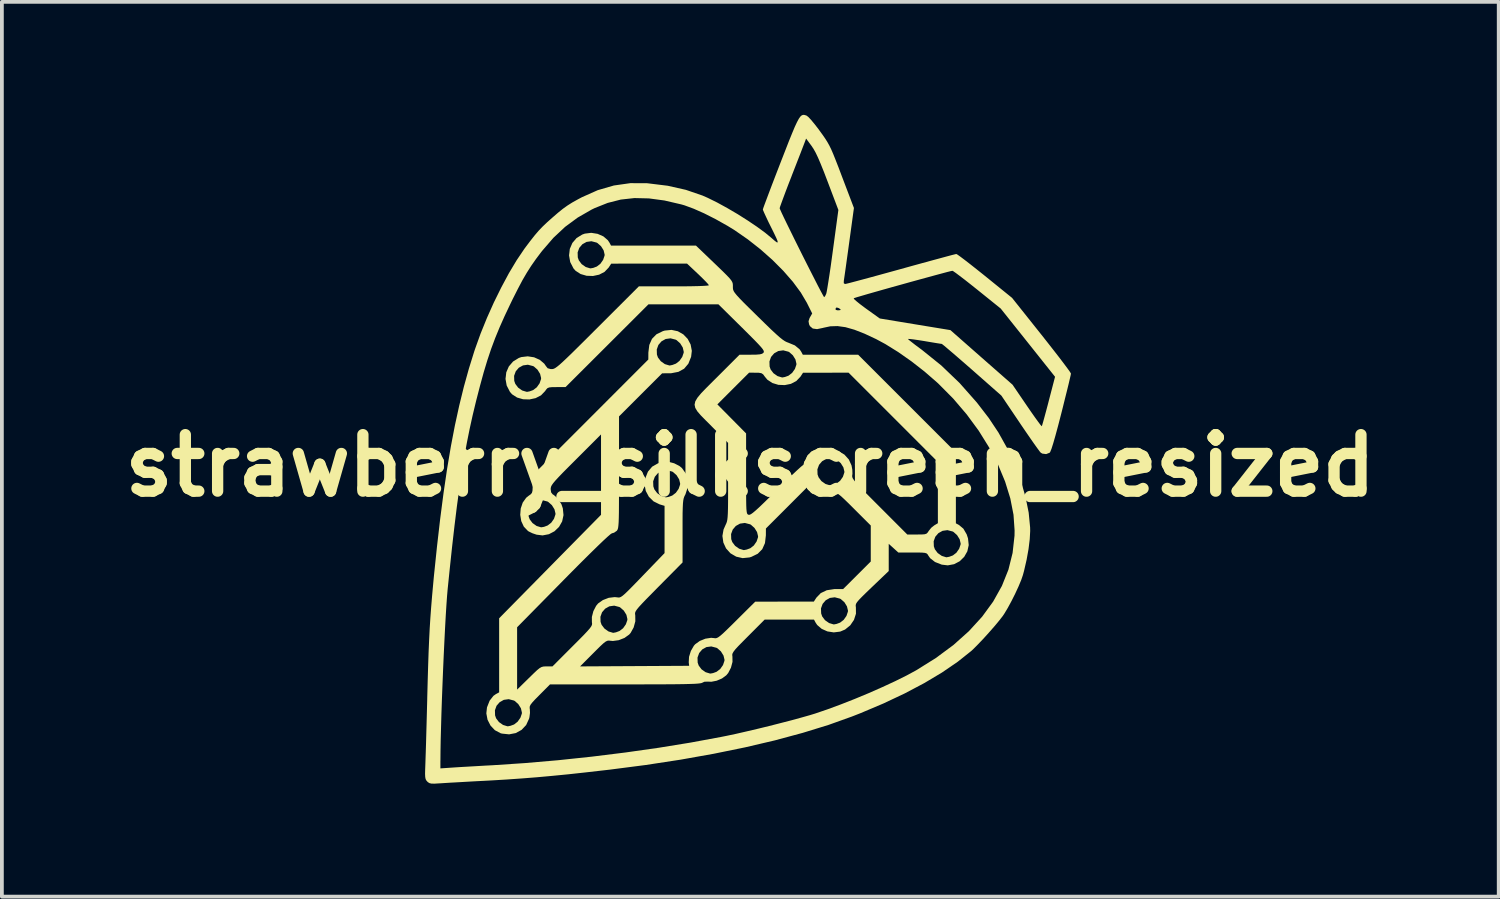
<source format=kicad_pcb>
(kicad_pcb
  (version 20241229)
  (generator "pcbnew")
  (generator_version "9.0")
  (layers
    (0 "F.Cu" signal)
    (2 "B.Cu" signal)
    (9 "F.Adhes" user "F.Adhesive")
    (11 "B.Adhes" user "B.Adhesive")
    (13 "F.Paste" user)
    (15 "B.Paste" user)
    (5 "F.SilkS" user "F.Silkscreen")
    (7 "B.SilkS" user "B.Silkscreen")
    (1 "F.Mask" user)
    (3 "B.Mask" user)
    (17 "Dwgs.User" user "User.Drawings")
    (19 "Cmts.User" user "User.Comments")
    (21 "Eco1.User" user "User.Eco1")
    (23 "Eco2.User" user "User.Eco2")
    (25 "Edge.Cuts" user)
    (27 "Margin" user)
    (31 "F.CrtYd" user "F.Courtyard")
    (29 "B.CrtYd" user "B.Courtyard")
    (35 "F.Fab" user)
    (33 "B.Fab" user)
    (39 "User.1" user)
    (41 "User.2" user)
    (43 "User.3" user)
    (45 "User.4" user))
  (footprint "strawberry_silkscreen_resized"
    (layer "F.Cu")
    (at 16.871 9.312)
    (property "Reference" "strawberry_silkscreen_resized" (at 0 0 0) (layer "F.SilkS") (effects (font (size 1.5 1.5) (thickness 0.3))))
    (attr board_only exclude_from_pos_files exclude_from_bom)
    (fp_poly (pts (xy 1.44 -9.31) (xy 1.482 -9.297) (xy 1.495 -9.292) (xy 1.542 -9.256) (xy 1.616 -9.177) (xy 1.708 -9.066) (xy 1.812 -8.932) (xy 1.844 -8.887) (xy 1.925 -8.776) (xy 1.991 -8.68) (xy 2.047 -8.591) (xy 2.098 -8.5) (xy 2.149 -8.396) (xy 2.203 -8.271) (xy 2.266 -8.114) (xy 2.343 -7.917) (xy 2.434 -7.676) (xy 2.752 -6.84) (xy 2.626 -5.919) (xy 2.593 -5.679) (xy 2.562 -5.457) (xy 2.535 -5.261) (xy 2.512 -5.1) (xy 2.495 -4.982) (xy 2.485 -4.916) (xy 2.484 -4.91) (xy 2.482 -4.844) (xy 2.512 -4.822) (xy 2.52 -4.822) (xy 2.56 -4.83) (xy 2.655 -4.854) (xy 2.799 -4.892) (xy 2.986 -4.942) (xy 3.208 -5.002) (xy 3.46 -5.071) (xy 3.736 -5.147) (xy 4.001 -5.22) (xy 4.292 -5.301) (xy 4.565 -5.376) (xy 4.814 -5.444) (xy 5.032 -5.503) (xy 5.212 -5.552) (xy 5.35 -5.589) (xy 5.439 -5.611) (xy 5.471 -5.618) (xy 5.505 -5.599) (xy 5.582 -5.544) (xy 5.695 -5.459) (xy 5.837 -5.349) (xy 6.003 -5.218) (xy 6.185 -5.073) (xy 6.231 -5.036) (xy 6.951 -4.453) (xy 7.733 -3.471) (xy 7.905 -3.253) (xy 8.064 -3.05) (xy 8.206 -2.867) (xy 8.326 -2.709) (xy 8.42 -2.583) (xy 8.484 -2.494) (xy 8.513 -2.447) (xy 8.514 -2.442) (xy 8.507 -2.401) (xy 8.485 -2.306) (xy 8.452 -2.165) (xy 8.408 -1.985) (xy 8.355 -1.774) (xy 8.297 -1.539) (xy 8.259 -1.389) (xy 8.175 -1.064) (xy 8.103 -0.798) (xy 8.044 -0.592) (xy 7.998 -0.447) (xy 7.964 -0.363) (xy 7.95 -0.342) (xy 7.856 -0.305) (xy 7.755 -0.318) (xy 7.713 -0.342) (xy 7.682 -0.378) (xy 7.622 -0.46) (xy 7.536 -0.58) (xy 7.43 -0.732) (xy 7.309 -0.908) (xy 7.178 -1.1) (xy 7.165 -1.12) (xy 6.667 -1.858) (xy 5.887 -2.545) (xy 5.698 -2.71) (xy 5.524 -2.861) (xy 5.371 -2.993) (xy 5.245 -3.1) (xy 5.152 -3.179) (xy 5.096 -3.223) (xy 5.084 -3.231) (xy 5.046 -3.236) (xy 4.957 -3.25) (xy 4.829 -3.271) (xy 4.675 -3.297) (xy 4.623 -3.306) (xy 4.466 -3.331) (xy 4.334 -3.35) (xy 4.239 -3.361) (xy 4.191 -3.363) (xy 4.187 -3.361) (xy 4.212 -3.336) (xy 4.28 -3.282) (xy 4.38 -3.204) (xy 4.505 -3.111) (xy 4.558 -3.072) (xy 5.072 -2.658) (xy 5.557 -2.193) (xy 6.016 -1.674) (xy 6.331 -1.265) (xy 6.588 -0.879) (xy 6.818 -0.467) (xy 7.018 -0.037) (xy 7.182 0.399) (xy 7.308 0.831) (xy 7.392 1.249) (xy 7.43 1.641) (xy 7.432 1.735) (xy 7.42 1.955) (xy 7.388 2.216) (xy 7.337 2.5) (xy 7.27 2.791) (xy 7.239 2.906) (xy 7.193 3.04) (xy 7.121 3.212) (xy 7.033 3.403) (xy 6.935 3.598) (xy 6.837 3.779) (xy 6.747 3.929) (xy 6.703 3.995) (xy 6.607 4.118) (xy 6.482 4.268) (xy 6.339 4.431) (xy 6.191 4.595) (xy 6.049 4.744) (xy 5.927 4.867) (xy 5.863 4.926) (xy 5.506 5.21) (xy 5.091 5.494) (xy 4.62 5.775) (xy 4.1 6.05) (xy 3.534 6.317) (xy 2.926 6.574) (xy 2.699 6.663) (xy 2.076 6.886) (xy 1.394 7.096) (xy 0.657 7.295) (xy -0.132 7.48) (xy -0.968 7.651) (xy -1.849 7.808) (xy -2.771 7.949) (xy -3.729 8.073) (xy -3.851 8.087) (xy -4.368 8.146) (xy -4.835 8.197) (xy -5.265 8.239) (xy -5.672 8.276) (xy -6.068 8.307) (xy -6.466 8.335) (xy -6.88 8.36) (xy -7.05 8.369) (xy -7.304 8.382) (xy -7.55 8.396) (xy -7.777 8.409) (xy -7.976 8.42) (xy -8.134 8.43) (xy -8.241 8.437) (xy -8.249 8.437) (xy -8.381 8.445) (xy -8.465 8.444) (xy -8.519 8.431) (xy -8.56 8.405) (xy -8.576 8.389) (xy -8.603 8.358) (xy -8.621 8.321) (xy -8.631 8.267) (xy -8.635 8.184) (xy -8.632 8.06) (xy -8.631 8.04) (xy -8.228 8.04) (xy -7.965 8.022) (xy -7.861 8.015) (xy -7.706 8.005) (xy -7.51 7.994) (xy -7.287 7.981) (xy -7.047 7.967) (xy -6.839 7.956) (xy -5.985 7.899) (xy -5.102 7.823) (xy -4.206 7.728) (xy -3.31 7.617) (xy -2.43 7.492) (xy -1.581 7.354) (xy -0.776 7.205) (xy -0.621 7.174) (xy -0.381 7.123) (xy -0.106 7.06) (xy 0.192 6.99) (xy 0.5 6.915) (xy 0.805 6.837) (xy 1.096 6.762) (xy 1.358 6.69) (xy 1.581 6.627) (xy 1.719 6.585) (xy 2.047 6.473) (xy 2.402 6.342) (xy 2.773 6.196) (xy 3.146 6.041) (xy 3.508 5.881) (xy 3.847 5.724) (xy 4.151 5.573) (xy 4.406 5.435) (xy 4.406 5.435) (xy 4.929 5.108) (xy 5.396 4.762) (xy 5.805 4.396) (xy 6.156 4.012) (xy 6.448 3.612) (xy 6.681 3.195) (xy 6.854 2.764) (xy 6.965 2.319) (xy 7.016 1.862) (xy 7.018 1.721) (xy 6.989 1.305) (xy 6.904 0.871) (xy 6.766 0.425) (xy 6.578 -0.027) (xy 6.343 -0.479) (xy 6.065 -0.926) (xy 5.745 -1.361) (xy 5.388 -1.779) (xy 4.996 -2.174) (xy 4.959 -2.208) (xy 4.63 -2.494) (xy 4.282 -2.766) (xy 3.93 -3.013) (xy 3.587 -3.226) (xy 3.342 -3.358) (xy 3.032 -3.503) (xy 2.763 -3.608) (xy 2.527 -3.675) (xy 2.316 -3.704) (xy 2.123 -3.698) (xy 1.941 -3.659) (xy 1.927 -3.655) (xy 1.773 -3.623) (xy 1.659 -3.639) (xy 1.584 -3.703) (xy 1.561 -3.751) (xy 1.547 -3.833) (xy 1.574 -3.916) (xy 1.587 -3.94) (xy 1.644 -4.039) (xy 1.579 -4.169) (xy 2.264 -4.169) (xy 2.269 -4.133) (xy 2.325 -4.122) (xy 2.384 -4.127) (xy 2.403 -4.137) (xy 2.379 -4.162) (xy 2.343 -4.184) (xy 2.29 -4.199) (xy 2.264 -4.169) (xy 1.579 -4.169) (xy 1.5 -4.327) (xy 1.432 -4.442) (xy 2.745 -4.442) (xy 2.76 -4.417) (xy 2.82 -4.363) (xy 2.914 -4.287) (xy 3.035 -4.196) (xy 3.08 -4.163) (xy 3.439 -3.906) (xy 4.377 -3.751) (xy 5.314 -3.597) (xy 6.138 -2.872) (xy 6.963 -2.148) (xy 7.344 -1.589) (xy 7.457 -1.425) (xy 7.558 -1.281) (xy 7.642 -1.165) (xy 7.703 -1.084) (xy 7.736 -1.047) (xy 7.74 -1.045) (xy 7.752 -1.079) (xy 7.777 -1.165) (xy 7.813 -1.295) (xy 7.857 -1.458) (xy 7.907 -1.646) (xy 7.923 -1.709) (xy 8.092 -2.358) (xy 7.371 -3.264) (xy 6.649 -4.17) (xy 6.027 -4.671) (xy 5.855 -4.808) (xy 5.699 -4.931) (xy 5.564 -5.034) (xy 5.46 -5.112) (xy 5.391 -5.16) (xy 5.368 -5.172) (xy 5.327 -5.164) (xy 5.234 -5.141) (xy 5.096 -5.104) (xy 4.921 -5.057) (xy 4.716 -5.001) (xy 4.489 -4.939) (xy 4.249 -4.873) (xy 4.002 -4.804) (xy 3.757 -4.736) (xy 3.522 -4.67) (xy 3.304 -4.608) (xy 3.111 -4.553) (xy 2.951 -4.506) (xy 2.832 -4.471) (xy 2.761 -4.448) (xy 2.745 -4.442) (xy 1.432 -4.442) (xy 1.341 -4.596) (xy 1.131 -4.88) (xy 0.877 -5.171) (xy 0.588 -5.461) (xy 0.271 -5.742) (xy -0.066 -6.007) (xy -0.415 -6.249) (xy -0.605 -6.366) (xy -0.92 -6.543) (xy -1.222 -6.696) (xy -1.502 -6.82) (xy -1.749 -6.911) (xy -1.833 -6.935) (xy -2.28 -7.039) (xy -2.691 -7.094) (xy -3.075 -7.103) (xy -3.438 -7.063) (xy -3.787 -6.974) (xy -4.131 -6.837) (xy -4.213 -6.797) (xy -4.582 -6.585) (xy -4.916 -6.339) (xy -5.226 -6.049) (xy -5.523 -5.705) (xy -5.553 -5.667) (xy -5.693 -5.481) (xy -5.818 -5.302) (xy -5.934 -5.12) (xy -6.05 -4.921) (xy -6.171 -4.692) (xy -6.307 -4.423) (xy -6.368 -4.297) (xy -6.522 -3.972) (xy -6.656 -3.671) (xy -6.774 -3.384) (xy -6.881 -3.097) (xy -6.981 -2.797) (xy -7.079 -2.473) (xy -7.178 -2.111) (xy -7.284 -1.7) (xy -7.287 -1.687) (xy -7.372 -1.333) (xy -7.451 -0.975) (xy -7.525 -0.607) (xy -7.595 -0.222) (xy -7.663 0.186) (xy -7.727 0.622) (xy -7.791 1.092) (xy -7.854 1.604) (xy -7.918 2.162) (xy -7.983 2.773) (xy -8.035 3.28) (xy -8.051 3.464) (xy -8.068 3.704) (xy -8.086 3.99) (xy -8.104 4.315) (xy -8.122 4.67) (xy -8.14 5.047) (xy -8.157 5.437) (xy -8.173 5.832) (xy -8.188 6.223) (xy -8.201 6.602) (xy -8.211 6.961) (xy -8.22 7.292) (xy -8.225 7.585) (xy -8.227 7.833) (xy -8.228 7.84) (xy -8.228 8.04) (xy -8.631 8.04) (xy -8.626 7.901) (xy -8.622 7.774) (xy -8.616 7.594) (xy -8.609 7.37) (xy -8.602 7.111) (xy -8.594 6.827) (xy -8.586 6.528) (xy -8.578 6.224) (xy -8.577 6.159) (xy -8.565 5.706) (xy -8.553 5.307) (xy -8.541 4.951) (xy -8.527 4.629) (xy -8.512 4.329) (xy -8.494 4.043) (xy -8.473 3.759) (xy -8.449 3.469) (xy -8.421 3.161) (xy -8.401 2.944) (xy -8.318 2.148) (xy -8.233 1.41) (xy -8.144 0.725) (xy -8.05 0.087) (xy -7.95 -0.508) (xy -7.843 -1.066) (xy -7.728 -1.593) (xy -7.605 -2.093) (xy -7.472 -2.572) (xy -7.328 -3.035) (xy -7.305 -3.103) (xy -7.161 -3.504) (xy -6.993 -3.918) (xy -6.808 -4.332) (xy -6.61 -4.733) (xy -6.407 -5.111) (xy -6.203 -5.452) (xy -6.006 -5.744) (xy -5.985 -5.774) (xy -5.843 -5.962) (xy -5.725 -6.112) (xy -5.619 -6.236) (xy -5.512 -6.348) (xy -5.393 -6.461) (xy -5.266 -6.574) (xy -5.108 -6.711) (xy -4.977 -6.817) (xy -4.857 -6.903) (xy -4.729 -6.984) (xy -4.575 -7.07) (xy -4.467 -7.127) (xy -4.049 -7.313) (xy -3.621 -7.437) (xy -3.184 -7.499) (xy -2.741 -7.497) (xy -2.721 -7.495) (xy -2.192 -7.43) (xy -1.709 -7.321) (xy -1.269 -7.17) (xy -1.13 -7.109) (xy -0.881 -6.986) (xy -0.613 -6.839) (xy -0.338 -6.678) (xy -0.071 -6.509) (xy 0.177 -6.342) (xy 0.393 -6.184) (xy 0.557 -6.049) (xy 0.644 -5.973) (xy 0.7 -5.93) (xy 0.727 -5.924) (xy 0.725 -5.959) (xy 0.693 -6.039) (xy 0.631 -6.169) (xy 0.561 -6.311) (xy 0.483 -6.467) (xy 0.418 -6.605) (xy 0.368 -6.714) (xy 0.339 -6.782) (xy 0.334 -6.8) (xy 0.344 -6.833) (xy 0.78 -6.833) (xy 0.794 -6.797) (xy 0.832 -6.712) (xy 0.892 -6.585) (xy 0.97 -6.424) (xy 1.062 -6.237) (xy 1.164 -6.029) (xy 1.273 -5.81) (xy 1.385 -5.585) (xy 1.497 -5.363) (xy 1.605 -5.15) (xy 1.705 -4.954) (xy 1.793 -4.781) (xy 1.867 -4.64) (xy 1.922 -4.538) (xy 1.954 -4.481) (xy 1.961 -4.472) (xy 1.986 -4.498) (xy 2.016 -4.56) (xy 2.028 -4.611) (xy 2.047 -4.718) (xy 2.072 -4.872) (xy 2.102 -5.065) (xy 2.135 -5.288) (xy 2.169 -5.535) (xy 2.194 -5.717) (xy 2.339 -6.787) (xy 2.052 -7.545) (xy 1.952 -7.806) (xy 1.868 -8.014) (xy 1.798 -8.178) (xy 1.737 -8.306) (xy 1.681 -8.406) (xy 1.628 -8.486) (xy 1.623 -8.493) (xy 1.482 -8.683) (xy 1.448 -8.591) (xy 1.427 -8.537) (xy 1.387 -8.433) (xy 1.331 -8.287) (xy 1.261 -8.108) (xy 1.182 -7.905) (xy 1.097 -7.687) (xy 1.097 -7.685) (xy 1.013 -7.47) (xy 0.938 -7.273) (xy 0.875 -7.104) (xy 0.825 -6.968) (xy 0.792 -6.876) (xy 0.78 -6.834) (xy 0.78 -6.833) (xy 0.344 -6.833) (xy 0.345 -6.837) (xy 0.377 -6.926) (xy 0.428 -7.062) (xy 0.494 -7.238) (xy 0.573 -7.447) (xy 0.664 -7.684) (xy 0.763 -7.94) (xy 0.804 -8.046) (xy 0.926 -8.359) (xy 1.027 -8.618) (xy 1.112 -8.827) (xy 1.181 -8.992) (xy 1.239 -9.116) (xy 1.287 -9.206) (xy 1.328 -9.265) (xy 1.366 -9.299) (xy 1.402 -9.312)) (stroke (width 0) (type solid)) (fill yes) (layer "F.SilkS"))
    (fp_poly (pts (xy -4.053 -6.153) (xy -3.901 -6.086) (xy -3.782 -5.984) (xy -3.741 -5.923) (xy -3.697 -5.841) (xy -2.57 -5.841) (xy -1.442 -5.841) (xy -1.039 -5.455) (xy -0.862 -5.285) (xy -0.725 -5.153) (xy -0.624 -5.052) (xy -0.552 -4.976) (xy -0.506 -4.919) (xy -0.479 -4.873) (xy -0.466 -4.834) (xy -0.462 -4.793) (xy -0.462 -4.747) (xy -0.461 -4.706) (xy -0.455 -4.669) (xy -0.439 -4.63) (xy -0.408 -4.582) (xy -0.358 -4.521) (xy -0.284 -4.44) (xy -0.18 -4.333) (xy -0.042 -4.196) (xy 0.136 -4.021) (xy 0.199 -3.959) (xy 0.397 -3.765) (xy 0.556 -3.611) (xy 0.682 -3.494) (xy 0.781 -3.406) (xy 0.859 -3.344) (xy 0.92 -3.303) (xy 0.972 -3.277) (xy 1.003 -3.266) (xy 1.184 -3.191) (xy 1.309 -3.088) (xy 1.351 -3.026) (xy 1.395 -2.944) (xy 2.13 -2.944) (xy 2.864 -2.944) (xy 4.161 -1.647) (xy 5.459 -0.349) (xy 5.459 0.592) (xy 5.459 1.533) (xy 5.541 1.577) (xy 5.658 1.675) (xy 5.746 1.826) (xy 5.781 1.933) (xy 5.8 2.111) (xy 5.763 2.277) (xy 5.68 2.423) (xy 5.56 2.54) (xy 5.412 2.618) (xy 5.244 2.649) (xy 5.084 2.63) (xy 4.905 2.56) (xy 4.776 2.459) (xy 4.728 2.39) (xy 4.707 2.355) (xy 4.681 2.332) (xy 4.638 2.318) (xy 4.566 2.311) (xy 4.452 2.308) (xy 4.308 2.308) (xy 3.931 2.308) (xy 3.804 2.193) (xy 3.676 2.077) (xy 3.676 2.439) (xy 3.676 2.8) (xy 3.23 3.226) (xy 3.076 3.374) (xy 2.963 3.485) (xy 2.885 3.566) (xy 2.835 3.626) (xy 2.808 3.67) (xy 2.799 3.707) (xy 2.801 3.744) (xy 2.804 3.762) (xy 2.806 3.933) (xy 2.753 4.097) (xy 2.654 4.242) (xy 2.517 4.353) (xy 2.387 4.408) (xy 2.217 4.429) (xy 2.048 4.403) (xy 1.896 4.335) (xy 1.777 4.233) (xy 1.736 4.172) (xy 1.692 4.09) (xy 1.037 4.09) (xy 0.381 4.09) (xy -0.057 4.529) (xy -0.207 4.68) (xy -0.319 4.794) (xy -0.396 4.878) (xy -0.444 4.94) (xy -0.47 4.985) (xy -0.479 5.022) (xy -0.476 5.059) (xy -0.474 5.07) (xy -0.472 5.212) (xy -0.513 5.366) (xy -0.586 5.507) (xy -0.638 5.569) (xy -0.751 5.652) (xy -0.892 5.712) (xy -1.034 5.74) (xy -1.122 5.736) (xy -1.218 5.739) (xy -1.271 5.764) (xy -1.292 5.773) (xy -1.331 5.781) (xy -1.392 5.788) (xy -1.48 5.794) (xy -1.598 5.798) (xy -1.753 5.802) (xy -1.947 5.805) (xy -2.186 5.807) (xy -2.474 5.808) (xy -2.816 5.809) (xy -3.215 5.809) (xy -3.325 5.809) (xy -5.317 5.809) (xy -5.595 6.089) (xy -5.712 6.207) (xy -5.789 6.291) (xy -5.835 6.351) (xy -5.856 6.397) (xy -5.858 6.439) (xy -5.853 6.471) (xy -5.849 6.566) (xy -5.864 6.681) (xy -5.874 6.721) (xy -5.951 6.889) (xy -6.072 7.017) (xy -6.226 7.102) (xy -6.403 7.136) (xy -6.593 7.116) (xy -6.633 7.105) (xy -6.781 7.026) (xy -6.897 6.903) (xy -6.976 6.749) (xy -7.008 6.579) (xy -6.999 6.497) (xy -6.78 6.497) (xy -6.776 6.632) (xy -6.749 6.71) (xy -6.673 6.81) (xy -6.565 6.886) (xy -6.449 6.922) (xy -6.434 6.922) (xy -6.367 6.909) (xy -6.279 6.877) (xy -6.27 6.873) (xy -6.178 6.801) (xy -6.104 6.696) (xy -6.065 6.584) (xy -6.064 6.557) (xy -6.09 6.444) (xy -6.159 6.334) (xy -6.253 6.25) (xy -6.276 6.238) (xy -6.414 6.202) (xy -6.544 6.22) (xy -6.654 6.282) (xy -6.737 6.377) (xy -6.78 6.497) (xy -6.999 6.497) (xy -6.991 6.42) (xy -6.92 6.241) (xy -6.819 6.113) (xy -6.751 6.065) (xy -6.668 6.021) (xy -6.668 5.038) (xy -6.668 4.054) (xy -5.316 2.681) (xy -3.963 1.307) (xy -3.963 0.24) (xy -3.963 -0.827) (xy -4.631 -0.159) (xy -4.823 0.033) (xy -4.975 0.186) (xy -5.09 0.306) (xy -5.175 0.398) (xy -5.233 0.467) (xy -5.27 0.52) (xy -5.29 0.561) (xy -5.298 0.597) (xy -5.3 0.623) (xy -5.288 0.711) (xy -5.245 0.765) (xy -5.217 0.781) (xy -5.101 0.879) (xy -5.013 1.03) (xy -4.977 1.137) (xy -4.959 1.315) (xy -4.995 1.482) (xy -5.078 1.628) (xy -5.198 1.744) (xy -5.347 1.822) (xy -5.515 1.854) (xy -5.675 1.834) (xy -5.784 1.797) (xy -5.883 1.749) (xy -5.905 1.734) (xy -6.013 1.621) (xy -6.081 1.474) (xy -6.108 1.308) (xy -6.101 1.214) (xy -5.889 1.214) (xy -5.885 1.348) (xy -5.857 1.426) (xy -5.782 1.526) (xy -5.674 1.603) (xy -5.558 1.638) (xy -5.543 1.638) (xy -5.475 1.626) (xy -5.388 1.593) (xy -5.379 1.589) (xy -5.286 1.518) (xy -5.212 1.413) (xy -5.174 1.3) (xy -5.172 1.273) (xy -5.199 1.161) (xy -5.268 1.05) (xy -5.362 0.967) (xy -5.385 0.954) (xy -5.523 0.918) (xy -5.652 0.936) (xy -5.763 0.998) (xy -5.845 1.094) (xy -5.889 1.214) (xy -6.101 1.214) (xy -6.095 1.14) (xy -6.042 0.983) (xy -5.95 0.854) (xy -5.884 0.801) (xy -5.83 0.763) (xy -5.798 0.725) (xy -5.783 0.67) (xy -5.778 0.58) (xy -5.777 0.494) (xy -5.777 0.256) (xy -4.242 -1.28) (xy -2.707 -2.816) (xy -2.706 -3) (xy -2.696 -3.083) (xy -2.483 -3.083) (xy -2.479 -2.949) (xy -2.452 -2.871) (xy -2.376 -2.771) (xy -2.268 -2.694) (xy -2.152 -2.659) (xy -2.137 -2.658) (xy -2.07 -2.671) (xy -1.982 -2.704) (xy -1.973 -2.708) (xy -1.881 -2.779) (xy -1.807 -2.884) (xy -1.768 -2.997) (xy -1.767 -3.024) (xy -1.793 -3.136) (xy -1.862 -3.247) (xy -1.956 -3.33) (xy -1.979 -3.343) (xy -2.117 -3.379) (xy -2.247 -3.361) (xy -2.357 -3.299) (xy -2.44 -3.203) (xy -2.483 -3.083) (xy -2.696 -3.083) (xy -2.681 -3.204) (xy -2.61 -3.365) (xy -2.49 -3.487) (xy -2.32 -3.57) (xy -2.269 -3.585) (xy -2.091 -3.603) (xy -1.924 -3.567) (xy -1.778 -3.484) (xy -1.662 -3.364) (xy -1.584 -3.216) (xy -1.552 -3.047) (xy -1.571 -2.887) (xy -1.645 -2.704) (xy -1.757 -2.572) (xy -1.908 -2.489) (xy -2.101 -2.452) (xy -2.157 -2.451) (xy -2.34 -2.45) (xy -2.913 -1.878) (xy -3.485 -1.306) (xy -3.485 0.183) (xy -3.485 0.529) (xy -3.486 0.818) (xy -3.487 1.054) (xy -3.488 1.243) (xy -3.491 1.391) (xy -3.495 1.503) (xy -3.501 1.585) (xy -3.508 1.643) (xy -3.517 1.682) (xy -3.528 1.708) (xy -3.541 1.727) (xy -3.549 1.735) (xy -3.617 1.782) (xy -3.674 1.798) (xy -3.71 1.821) (xy -3.788 1.888) (xy -3.906 1.997) (xy -4.061 2.146) (xy -4.252 2.333) (xy -4.477 2.556) (xy -4.733 2.813) (xy -4.963 3.046) (xy -6.191 4.293) (xy -6.191 5.12) (xy -6.191 5.948) (xy -5.877 5.64) (xy -5.751 5.517) (xy -5.661 5.432) (xy -5.594 5.378) (xy -5.541 5.348) (xy -5.49 5.335) (xy -5.432 5.332) (xy -5.407 5.331) (xy -5.251 5.331) (xy -4.718 4.797) (xy -4.549 4.628) (xy -4.421 4.498) (xy -4.328 4.399) (xy -4.264 4.326) (xy -4.225 4.273) (xy -4.205 4.232) (xy -4.2 4.198) (xy -4.204 4.164) (xy -4.205 4.16) (xy -4.206 4.019) (xy -4.205 4.015) (xy -3.979 4.015) (xy -3.975 4.149) (xy -3.948 4.227) (xy -3.872 4.327) (xy -3.764 4.404) (xy -3.648 4.439) (xy -3.633 4.44) (xy -3.566 4.427) (xy -3.478 4.394) (xy -3.469 4.39) (xy -3.377 4.319) (xy -3.303 4.214) (xy -3.264 4.101) (xy -3.263 4.074) (xy -3.289 3.962) (xy -3.358 3.851) (xy -3.452 3.768) (xy -3.475 3.755) (xy -3.613 3.719) (xy -3.743 3.737) (xy -3.853 3.799) (xy -3.936 3.895) (xy -3.979 4.015) (xy -4.205 4.015) (xy -4.166 3.865) (xy -4.093 3.724) (xy -4.041 3.661) (xy -3.914 3.571) (xy -3.759 3.511) (xy -3.601 3.492) (xy -3.538 3.498) (xy -3.504 3.503) (xy -3.471 3.501) (xy -3.435 3.487) (xy -3.388 3.455) (xy -3.325 3.401) (xy -3.24 3.319) (xy -3.128 3.206) (xy -2.981 3.055) (xy -2.852 2.921) (xy -2.276 2.324) (xy -2.276 1.696) (xy -2.276 1.069) (xy -2.409 1.029) (xy -2.568 0.95) (xy -2.693 0.827) (xy -2.775 0.673) (xy -2.808 0.5) (xy -2.798 0.418) (xy -2.579 0.418) (xy -2.574 0.552) (xy -2.547 0.631) (xy -2.472 0.731) (xy -2.363 0.807) (xy -2.247 0.842) (xy -2.233 0.843) (xy -2.165 0.83) (xy -2.078 0.798) (xy -2.068 0.793) (xy -1.976 0.722) (xy -1.902 0.617) (xy -1.864 0.505) (xy -1.862 0.477) (xy -1.889 0.365) (xy -1.958 0.254) (xy -2.052 0.171) (xy -2.074 0.159) (xy -2.213 0.123) (xy -2.342 0.141) (xy -2.453 0.202) (xy -2.535 0.298) (xy -2.579 0.418) (xy -2.798 0.418) (xy -2.789 0.341) (xy -2.717 0.161) (xy -2.606 0.029) (xy -2.45 -0.06) (xy -2.31 -0.1) (xy -2.173 -0.101) (xy -2.021 -0.061) (xy -1.882 0.01) (xy -1.815 0.065) (xy -1.708 0.215) (xy -1.655 0.388) (xy -1.66 0.574) (xy -1.721 0.762) (xy -1.735 0.788) (xy -1.754 0.828) (xy -1.769 0.873) (xy -1.78 0.931) (xy -1.788 1.01) (xy -1.793 1.118) (xy -1.797 1.264) (xy -1.798 1.456) (xy -1.798 1.702) (xy -1.798 1.739) (xy -1.798 2.572) (xy -2.437 3.217) (xy -2.622 3.405) (xy -2.768 3.553) (xy -2.878 3.668) (xy -2.957 3.754) (xy -3.01 3.819) (xy -3.042 3.867) (xy -3.057 3.904) (xy -3.06 3.936) (xy -3.055 3.969) (xy -3.054 3.978) (xy -3.052 4.135) (xy -3.097 4.299) (xy -3.178 4.444) (xy -3.216 4.487) (xy -3.34 4.576) (xy -3.493 4.636) (xy -3.648 4.657) (xy -3.715 4.651) (xy -3.758 4.646) (xy -3.797 4.652) (xy -3.843 4.675) (xy -3.903 4.722) (xy -3.986 4.799) (xy -4.101 4.913) (xy -4.17 4.982) (xy -4.519 5.332) (xy -3.071 5.324) (xy -1.623 5.316) (xy -1.634 5.223) (xy -1.627 5.097) (xy -1.401 5.097) (xy -1.397 5.231) (xy -1.369 5.31) (xy -1.294 5.41) (xy -1.186 5.486) (xy -1.07 5.521) (xy -1.055 5.522) (xy -0.987 5.509) (xy -0.9 5.477) (xy -0.891 5.472) (xy -0.798 5.401) (xy -0.724 5.296) (xy -0.686 5.183) (xy -0.684 5.156) (xy -0.711 5.044) (xy -0.78 4.933) (xy -0.874 4.85) (xy -0.897 4.838) (xy -1.035 4.802) (xy -1.164 4.819) (xy -1.275 4.881) (xy -1.357 4.977) (xy -1.401 5.097) (xy -1.627 5.097) (xy -1.626 5.077) (xy -1.577 4.921) (xy -1.498 4.784) (xy -1.463 4.744) (xy -1.341 4.656) (xy -1.192 4.596) (xy -1.04 4.573) (xy -0.965 4.58) (xy -0.93 4.585) (xy -0.895 4.58) (xy -0.854 4.561) (xy -0.8 4.522) (xy -0.726 4.458) (xy -0.626 4.363) (xy -0.493 4.233) (xy -0.365 4.106) (xy -0.049 3.792) (xy 1.877 3.792) (xy 1.882 3.926) (xy 1.909 4.005) (xy 1.984 4.105) (xy 2.093 4.181) (xy 2.209 4.216) (xy 2.223 4.217) (xy 2.291 4.204) (xy 2.378 4.172) (xy 2.388 4.167) (xy 2.48 4.096) (xy 2.554 3.991) (xy 2.592 3.878) (xy 2.594 3.851) (xy 2.567 3.739) (xy 2.499 3.628) (xy 2.404 3.545) (xy 2.382 3.533) (xy 2.243 3.497) (xy 2.114 3.514) (xy 2.003 3.576) (xy 1.921 3.672) (xy 1.877 3.792) (xy -0.049 3.792) (xy 0.132 3.613) (xy 0.909 3.612) (xy 1.687 3.612) (xy 1.756 3.506) (xy 1.871 3.386) (xy 2.03 3.31) (xy 2.232 3.279) (xy 2.267 3.279) (xy 2.466 3.278) (xy 2.832 2.913) (xy 3.199 2.547) (xy 3.199 2.069) (xy 3.199 2.009) (xy 4.869 2.009) (xy 4.874 2.144) (xy 4.901 2.222) (xy 4.976 2.322) (xy 5.085 2.398) (xy 5.201 2.434) (xy 5.215 2.434) (xy 5.283 2.421) (xy 5.37 2.389) (xy 5.38 2.385) (xy 5.472 2.314) (xy 5.546 2.208) (xy 5.584 2.096) (xy 5.586 2.069) (xy 5.559 1.956) (xy 5.49 1.846) (xy 5.396 1.762) (xy 5.374 1.75) (xy 5.235 1.714) (xy 5.106 1.732) (xy 4.995 1.794) (xy 4.913 1.889) (xy 4.869 2.009) (xy 3.199 2.009) (xy 3.199 1.591) (xy 2.76 1.153) (xy 2.609 1.002) (xy 2.494 0.891) (xy 2.411 0.814) (xy 2.349 0.765) (xy 2.304 0.739) (xy 2.266 0.731) (xy 2.23 0.733) (xy 2.219 0.736) (xy 2.077 0.737) (xy 1.922 0.696) (xy 1.781 0.622) (xy 1.719 0.571) (xy 1.616 0.468) (xy 1.016 1.069) (xy 0.415 1.67) (xy 0.414 1.854) (xy 0.39 2.058) (xy 0.318 2.22) (xy 0.198 2.341) (xy 0.028 2.424) (xy -0.023 2.439) (xy -0.203 2.457) (xy -0.374 2.418) (xy -0.526 2.329) (xy -0.644 2.198) (xy -0.715 2.043) (xy -0.74 1.868) (xy -0.731 1.818) (xy -0.51 1.818) (xy -0.506 1.953) (xy -0.478 2.031) (xy -0.403 2.131) (xy -0.295 2.207) (xy -0.179 2.243) (xy -0.164 2.243) (xy -0.096 2.23) (xy -0.009 2.198) (xy 0.001 2.194) (xy 0.093 2.123) (xy 0.167 2.017) (xy 0.205 1.905) (xy 0.207 1.878) (xy 0.18 1.765) (xy 0.111 1.655) (xy 0.017 1.571) (xy -0.006 1.559) (xy -0.144 1.523) (xy -0.273 1.541) (xy -0.384 1.603) (xy -0.466 1.699) (xy -0.51 1.818) (xy -0.731 1.818) (xy -0.71 1.698) (xy -0.652 1.567) (xy -0.635 1.531) (xy -0.621 1.491) (xy -0.61 1.439) (xy -0.602 1.369) (xy -0.596 1.272) (xy -0.592 1.143) (xy -0.59 0.972) (xy -0.589 0.755) (xy -0.589 0.482) (xy -0.589 0.423) (xy -0.589 -0.602) (xy -1.034 -1.051) (xy -1.192 -1.209) (xy -1.317 -1.337) (xy -1.407 -1.442) (xy -1.461 -1.533) (xy -1.479 -1.618) (xy -1.477 -1.625) (xy -0.874 -1.625) (xy -0.493 -1.24) (xy -0.111 -0.854) (xy -0.111 0.216) (xy -0.111 0.504) (xy -0.111 0.736) (xy -0.109 0.917) (xy -0.107 1.054) (xy -0.103 1.152) (xy -0.096 1.22) (xy -0.088 1.263) (xy -0.076 1.287) (xy -0.062 1.299) (xy -0.044 1.306) (xy -0.019 1.306) (xy 0.018 1.29) (xy 0.07 1.253) (xy 0.144 1.191) (xy 0.243 1.101) (xy 0.372 0.977) (xy 0.536 0.816) (xy 0.729 0.624) (xy 0.939 0.416) (xy 1.109 0.25) (xy 1.244 0.123) (xy 1.27 0.1) (xy 1.782 0.1) (xy 1.786 0.234) (xy 1.814 0.312) (xy 1.889 0.412) (xy 1.997 0.488) (xy 2.113 0.524) (xy 2.128 0.524) (xy 2.196 0.512) (xy 2.283 0.479) (xy 2.292 0.475) (xy 2.385 0.404) (xy 2.459 0.299) (xy 2.497 0.186) (xy 2.499 0.159) (xy 2.472 0.047) (xy 2.403 -0.064) (xy 2.309 -0.147) (xy 2.286 -0.16) (xy 2.148 -0.196) (xy 2.019 -0.178) (xy 1.908 -0.116) (xy 1.826 -0.02) (xy 1.782 0.1) (xy 1.27 0.1) (xy 1.347 0.03) (xy 1.424 -0.032) (xy 1.478 -0.067) (xy 1.513 -0.079) (xy 1.516 -0.08) (xy 1.599 -0.108) (xy 1.641 -0.162) (xy 1.738 -0.278) (xy 1.89 -0.367) (xy 1.996 -0.402) (xy 2.176 -0.42) (xy 2.348 -0.381) (xy 2.499 -0.292) (xy 2.617 -0.161) (xy 2.688 -0.005) (xy 2.709 0.108) (xy 2.713 0.215) (xy 2.709 0.245) (xy 2.705 0.275) (xy 2.708 0.305) (xy 2.722 0.34) (xy 2.752 0.386) (xy 2.803 0.448) (xy 2.878 0.531) (xy 2.983 0.64) (xy 3.121 0.78) (xy 3.297 0.957) (xy 3.429 1.089) (xy 4.169 1.83) (xy 4.425 1.83) (xy 4.553 1.829) (xy 4.633 1.823) (xy 4.681 1.806) (xy 4.713 1.774) (xy 4.737 1.736) (xy 4.806 1.65) (xy 4.887 1.586) (xy 4.981 1.53) (xy 4.981 0.717) (xy 4.981 -0.095) (xy 3.796 -1.281) (xy 2.61 -2.467) (xy 2.005 -2.466) (xy 1.401 -2.466) (xy 1.332 -2.36) (xy 1.222 -2.245) (xy 1.078 -2.17) (xy 0.915 -2.137) (xy 0.746 -2.144) (xy 0.588 -2.192) (xy 0.454 -2.28) (xy 0.387 -2.36) (xy 0.342 -2.422) (xy 0.295 -2.453) (xy 0.223 -2.465) (xy 0.144 -2.466) (xy -0.031 -2.467) (xy -0.453 -2.046) (xy -0.874 -1.625) (xy -1.477 -1.625) (xy -1.46 -1.706) (xy -1.402 -1.803) (xy -1.305 -1.92) (xy -1.167 -2.063) (xy -0.989 -2.241) (xy -0.882 -2.347) (xy -0.464 -2.765) (xy 0.509 -2.765) (xy 0.513 -2.631) (xy 0.54 -2.552) (xy 0.616 -2.452) (xy 0.724 -2.376) (xy 0.84 -2.341) (xy 0.855 -2.34) (xy 0.922 -2.353) (xy 1.01 -2.385) (xy 1.019 -2.39) (xy 1.111 -2.461) (xy 1.185 -2.566) (xy 1.224 -2.678) (xy 1.225 -2.706) (xy 1.199 -2.818) (xy 1.13 -2.929) (xy 1.036 -3.012) (xy 1.013 -3.024) (xy 0.875 -3.06) (xy 0.745 -3.042) (xy 0.635 -2.981) (xy 0.552 -2.885) (xy 0.509 -2.765) (xy -0.464 -2.765) (xy -0.285 -2.944) (xy 0.013 -2.944) (xy 0.159 -2.946) (xy 0.255 -2.954) (xy 0.313 -2.969) (xy 0.347 -2.993) (xy 0.353 -3) (xy 0.361 -3.02) (xy 0.356 -3.048) (xy 0.332 -3.089) (xy 0.286 -3.147) (xy 0.212 -3.228) (xy 0.106 -3.338) (xy -0.037 -3.481) (xy -0.22 -3.664) (xy -0.225 -3.668) (xy -0.845 -4.281) (xy -1.774 -4.281) (xy -2.704 -4.281) (xy -3.804 -3.183) (xy -4.904 -2.085) (xy -5.142 -2.084) (xy -5.264 -2.083) (xy -5.339 -2.075) (xy -5.387 -2.055) (xy -5.422 -2.016) (xy -5.448 -1.978) (xy -5.556 -1.865) (xy -5.7 -1.791) (xy -5.864 -1.756) (xy -6.033 -1.761) (xy -6.192 -1.807) (xy -6.325 -1.893) (xy -6.381 -1.957) (xy -6.468 -2.126) (xy -6.499 -2.302) (xy -6.489 -2.383) (xy -6.271 -2.383) (xy -6.267 -2.249) (xy -6.239 -2.17) (xy -6.164 -2.07) (xy -6.056 -1.994) (xy -5.94 -1.959) (xy -5.925 -1.958) (xy -5.857 -1.971) (xy -5.77 -2.003) (xy -5.76 -2.008) (xy -5.668 -2.079) (xy -5.594 -2.184) (xy -5.556 -2.297) (xy -5.554 -2.324) (xy -5.581 -2.436) (xy -5.65 -2.547) (xy -5.744 -2.63) (xy -5.767 -2.642) (xy -5.905 -2.678) (xy -6.034 -2.66) (xy -6.145 -2.599) (xy -6.227 -2.503) (xy -6.271 -2.383) (xy -6.489 -2.383) (xy -6.479 -2.475) (xy -6.411 -2.632) (xy -6.299 -2.763) (xy -6.147 -2.857) (xy -6.079 -2.881) (xy -5.909 -2.901) (xy -5.74 -2.875) (xy -5.588 -2.807) (xy -5.469 -2.705) (xy -5.428 -2.645) (xy -5.38 -2.585) (xy -5.307 -2.564) (xy -5.271 -2.562) (xy -5.243 -2.564) (xy -5.212 -2.573) (xy -5.175 -2.593) (xy -5.127 -2.627) (xy -5.064 -2.678) (xy -4.982 -2.752) (xy -4.877 -2.851) (xy -4.745 -2.978) (xy -4.582 -3.139) (xy -4.383 -3.336) (xy -4.145 -3.574) (xy -4.058 -3.66) (xy -2.958 -4.759) (xy -2.028 -4.759) (xy -1.778 -4.759) (xy -1.557 -4.762) (xy -1.371 -4.766) (xy -1.229 -4.772) (xy -1.136 -4.779) (xy -1.098 -4.787) (xy -1.098 -4.787) (xy -1.12 -4.819) (xy -1.18 -4.884) (xy -1.269 -4.974) (xy -1.378 -5.08) (xy -1.389 -5.09) (xy -1.679 -5.363) (xy -2.686 -5.363) (xy -3.692 -5.362) (xy -3.761 -5.257) (xy -3.87 -5.143) (xy -4.013 -5.069) (xy -4.177 -5.034) (xy -4.346 -5.04) (xy -4.505 -5.086) (xy -4.638 -5.172) (xy -4.694 -5.235) (xy -4.781 -5.404) (xy -4.812 -5.581) (xy -4.802 -5.661) (xy -4.584 -5.661) (xy -4.58 -5.527) (xy -4.552 -5.449) (xy -4.477 -5.349) (xy -4.369 -5.273) (xy -4.253 -5.237) (xy -4.238 -5.237) (xy -4.17 -5.249) (xy -4.083 -5.282) (xy -4.073 -5.286) (xy -3.981 -5.357) (xy -3.907 -5.463) (xy -3.869 -5.575) (xy -3.867 -5.602) (xy -3.894 -5.715) (xy -3.963 -5.825) (xy -4.057 -5.908) (xy -4.08 -5.921) (xy -4.218 -5.957) (xy -4.347 -5.939) (xy -4.458 -5.877) (xy -4.54 -5.781) (xy -4.584 -5.661) (xy -4.802 -5.661) (xy -4.792 -5.753) (xy -4.724 -5.911) (xy -4.612 -6.042) (xy -4.46 -6.135) (xy -4.392 -6.159) (xy -4.222 -6.18)) (stroke (width 0) (type solid)) (fill yes) (layer "F.SilkS")))
  (gr_rect
    (start -3 -3)
    (end 36.743 20.757)
    (stroke (width 0.1) (type default))
    (fill no)
    (layer "Edge.Cuts")))
</source>
